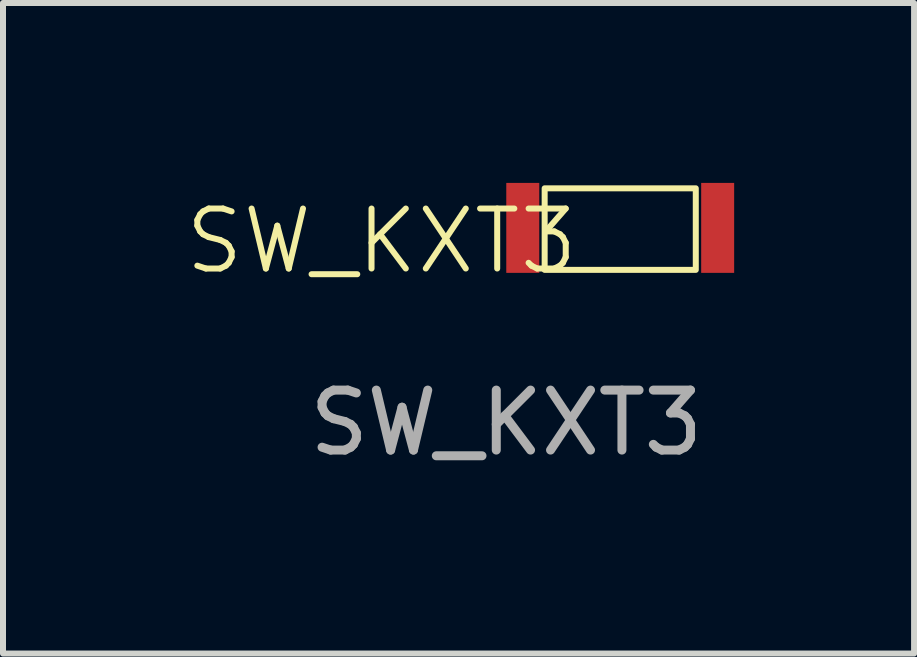
<source format=kicad_pcb>
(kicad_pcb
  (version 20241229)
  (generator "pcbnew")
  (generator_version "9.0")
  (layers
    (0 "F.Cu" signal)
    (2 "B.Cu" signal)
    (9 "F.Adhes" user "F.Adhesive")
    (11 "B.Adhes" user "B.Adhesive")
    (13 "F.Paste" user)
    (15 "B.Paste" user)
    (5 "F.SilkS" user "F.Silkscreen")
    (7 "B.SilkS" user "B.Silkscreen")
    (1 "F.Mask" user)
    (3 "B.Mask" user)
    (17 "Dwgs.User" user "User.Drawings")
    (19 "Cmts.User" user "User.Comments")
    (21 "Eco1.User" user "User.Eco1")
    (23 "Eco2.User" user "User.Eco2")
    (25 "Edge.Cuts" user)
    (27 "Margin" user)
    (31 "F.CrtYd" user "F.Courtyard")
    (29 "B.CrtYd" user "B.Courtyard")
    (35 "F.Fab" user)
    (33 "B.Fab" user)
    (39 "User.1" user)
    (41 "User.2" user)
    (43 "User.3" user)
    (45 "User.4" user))
  (footprint "SW_KXT3"
    (layer "F.Cu")
    (at 5.392 1.5)
    (property "Reference" "SW_KXT3" (at -2.08 -0.53 0) (unlocked yes) (layer "F.SilkS") (effects (font (size 1 1) (thickness 0.1))))
    (attr smd)
    (fp_rect (start 0.64 -1.41) (end 3.16 -0.05) (stroke (width 0.1) (type default)) (fill no) (layer "F.SilkS"))
    (fp_text user "${REFERENCE}" (at 0 2.5 0) (unlocked yes) (layer "F.Fab") (effects (font (size 1 1) (thickness 0.15))))
    (pad "1" smd rect (at 0.275 -0.75) (size 0.55 1.5) (layers "F.Cu" "F.Mask" "F.Paste"))
    (pad "2" smd rect (at 3.525 -0.75) (size 0.55 1.5) (layers "F.Cu" "F.Mask" "F.Paste")))
  (gr_rect
    (start -3 -3)
    (end 12.192 7.848)
    (stroke (width 0.1) (type default))
    (fill no)
    (layer "Edge.Cuts")))
</source>
